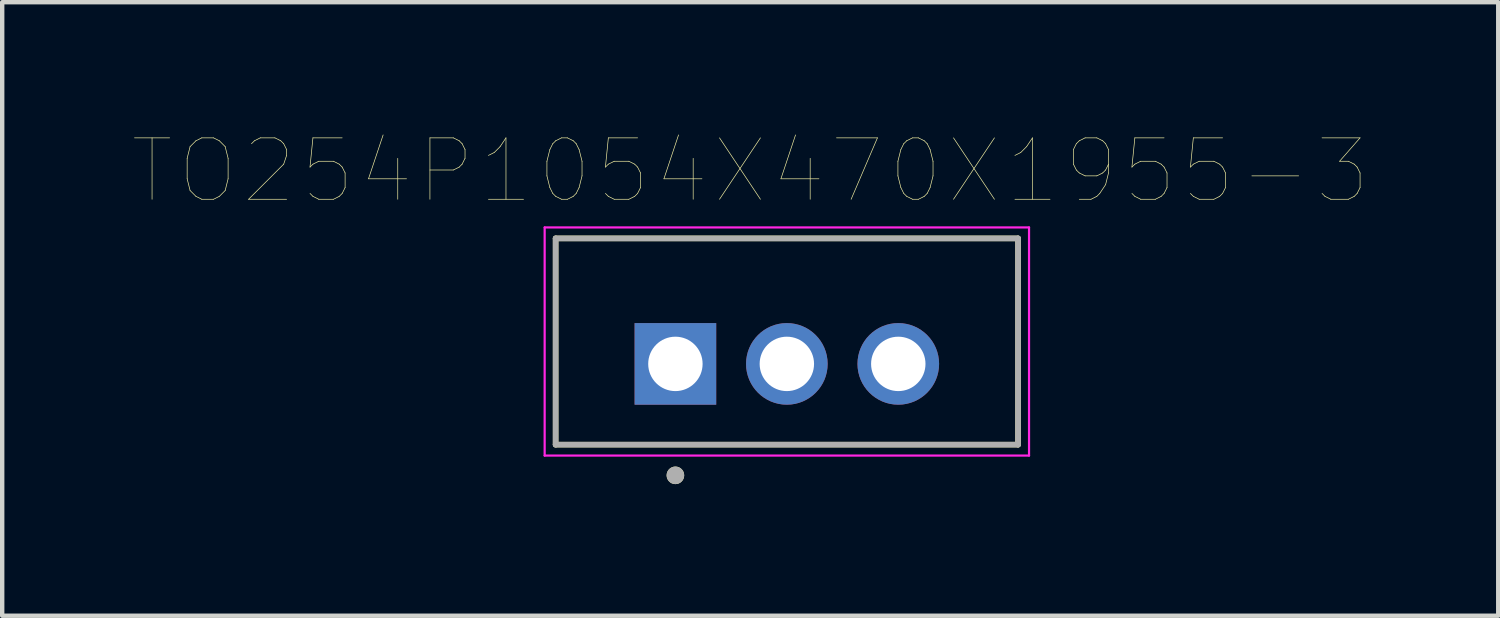
<source format=kicad_pcb>
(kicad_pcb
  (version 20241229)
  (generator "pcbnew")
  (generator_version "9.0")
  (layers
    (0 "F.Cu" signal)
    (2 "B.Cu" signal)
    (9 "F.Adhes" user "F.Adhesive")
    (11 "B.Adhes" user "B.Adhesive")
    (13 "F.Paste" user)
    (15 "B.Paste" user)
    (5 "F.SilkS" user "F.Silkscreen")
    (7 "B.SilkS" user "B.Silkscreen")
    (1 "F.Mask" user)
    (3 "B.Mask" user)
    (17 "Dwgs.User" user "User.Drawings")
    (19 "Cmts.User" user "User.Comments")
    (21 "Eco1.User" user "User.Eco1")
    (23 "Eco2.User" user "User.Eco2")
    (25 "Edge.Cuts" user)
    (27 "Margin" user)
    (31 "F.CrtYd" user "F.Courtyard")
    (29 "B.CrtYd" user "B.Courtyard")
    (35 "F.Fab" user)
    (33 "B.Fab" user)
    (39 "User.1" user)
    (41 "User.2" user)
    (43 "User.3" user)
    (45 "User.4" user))
  (footprint "TO254P1054X470X1955-3"
    (layer "F.Cu")
    (at 14.884 5.244)
    (property "Reference" "TO254P1054X470X1955-3" (at -0.835 -4.399 0) (layer "F.SilkS") (effects (font (size 1.4 1.4) (thickness 0.015))))
    (attr through_hole)
    (fp_line (start -5.27 -2.86) (end -5.27 1.84) (stroke (width 0.127) (type solid)) (layer "F.SilkS"))
    (fp_line (start -5.27 1.84) (end 5.27 1.84) (stroke (width 0.127) (type solid)) (layer "F.SilkS"))
    (fp_line (start 5.27 -2.86) (end -5.27 -2.86) (stroke (width 0.127) (type solid)) (layer "F.SilkS"))
    (fp_line (start 5.27 1.84) (end 5.27 -2.86) (stroke (width 0.127) (type solid)) (layer "F.SilkS"))
    (fp_circle (center -2.54 2.54) (end -2.44 2.54) (stroke (width 0.2) (type solid)) (fill no) (layer "F.SilkS"))
    (fp_line (start -5.52 -3.11) (end -5.52 2.09) (stroke (width 0.05) (type solid)) (layer "F.CrtYd"))
    (fp_line (start -5.52 2.09) (end 5.52 2.09) (stroke (width 0.05) (type solid)) (layer "F.CrtYd"))
    (fp_line (start 5.52 -3.11) (end -5.52 -3.11) (stroke (width 0.05) (type solid)) (layer "F.CrtYd"))
    (fp_line (start 5.52 2.09) (end 5.52 -3.11) (stroke (width 0.05) (type solid)) (layer "F.CrtYd"))
    (fp_line (start -5.27 -2.86) (end -5.27 1.84) (stroke (width 0.127) (type solid)) (layer "F.Fab"))
    (fp_line (start -5.27 1.84) (end 5.27 1.84) (stroke (width 0.127) (type solid)) (layer "F.Fab"))
    (fp_line (start 5.27 -2.86) (end -5.27 -2.86) (stroke (width 0.127) (type solid)) (layer "F.Fab"))
    (fp_line (start 5.27 1.84) (end 5.27 -2.86) (stroke (width 0.127) (type solid)) (layer "F.Fab"))
    (fp_circle (center -2.54 2.54) (end -2.44 2.54) (stroke (width 0.2) (type solid)) (fill no) (layer "F.Fab"))
    (pad "1" thru_hole rect (at -2.54 0) (size 1.86 1.86) (drill 1.24) (layers "*.Cu" "*.Mask"))
    (pad "2" thru_hole circle (at 0 0) (size 1.86 1.86) (drill 1.24) (layers "*.Cu" "*.Mask"))
    (pad "3" thru_hole circle (at 2.54 0) (size 1.86 1.86) (drill 1.24) (layers "*.Cu" "*.Mask")))
  (gr_rect
    (start -3 -3)
    (end 31.098 10.984)
    (stroke (width 0.1) (type default))
    (fill no)
    (layer "Edge.Cuts")))
</source>
